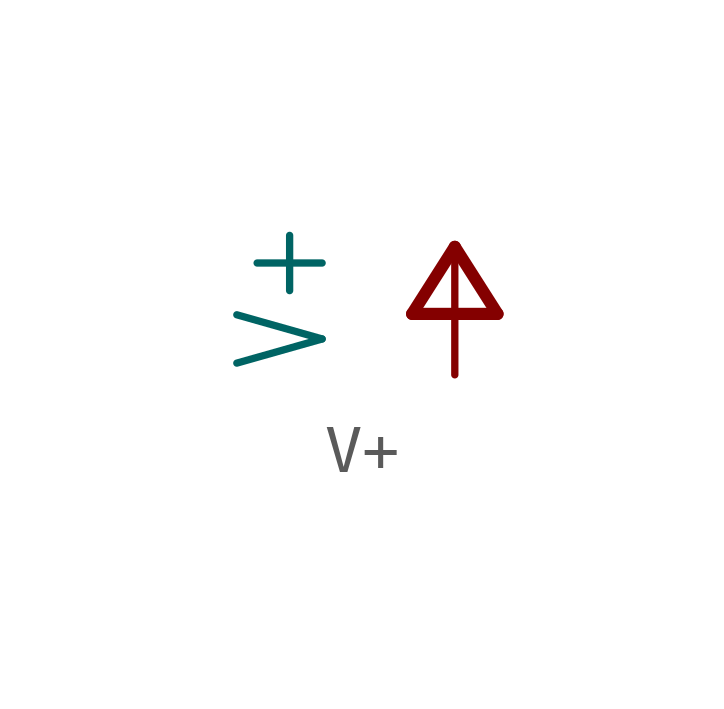
<source format=kicad_sym>
(kicad_symbol_lib
  (version 20211014)
  (generator kicad_symbol_editor)
  (symbol "V+"
    (power)
    (property "Reference" "#P+"
      (at 0 0 0)
      (effects (font (size 1.27 1.27)) hide))
    (property "Value" "V+"
      (at -2.54 -2.54 90)
      (effects (font (size 1.778 1.511)) (justify left bottom)))
    (property "ki_locked" ""
      (at 0 0 0)
      (effects (font (size 1.27 1.27))))
    (symbol "V+_1_0"
      (polyline (pts (xy -0.889 -1.27) (xy 0.889 -1.27)) (stroke (width 0.254) (type default) (color 0 0 0 0)) (fill (type none)))
      (polyline (pts (xy 0 0.127) (xy -0.889 -1.27)) (stroke (width 0.254) (type default) (color 0 0 0 0)) (fill (type none)))
      (polyline (pts (xy 0.889 -1.27) (xy 0 0.127)) (stroke (width 0.254) (type default) (color 0 0 0 0)) (fill (type none)))
      (pin power_in line (at 0 -2.54 90) (length 2.54) (name "V+" (effects (font (size 0 0)))) (number "1" (effects (font (size 0 0))))))))
</source>
